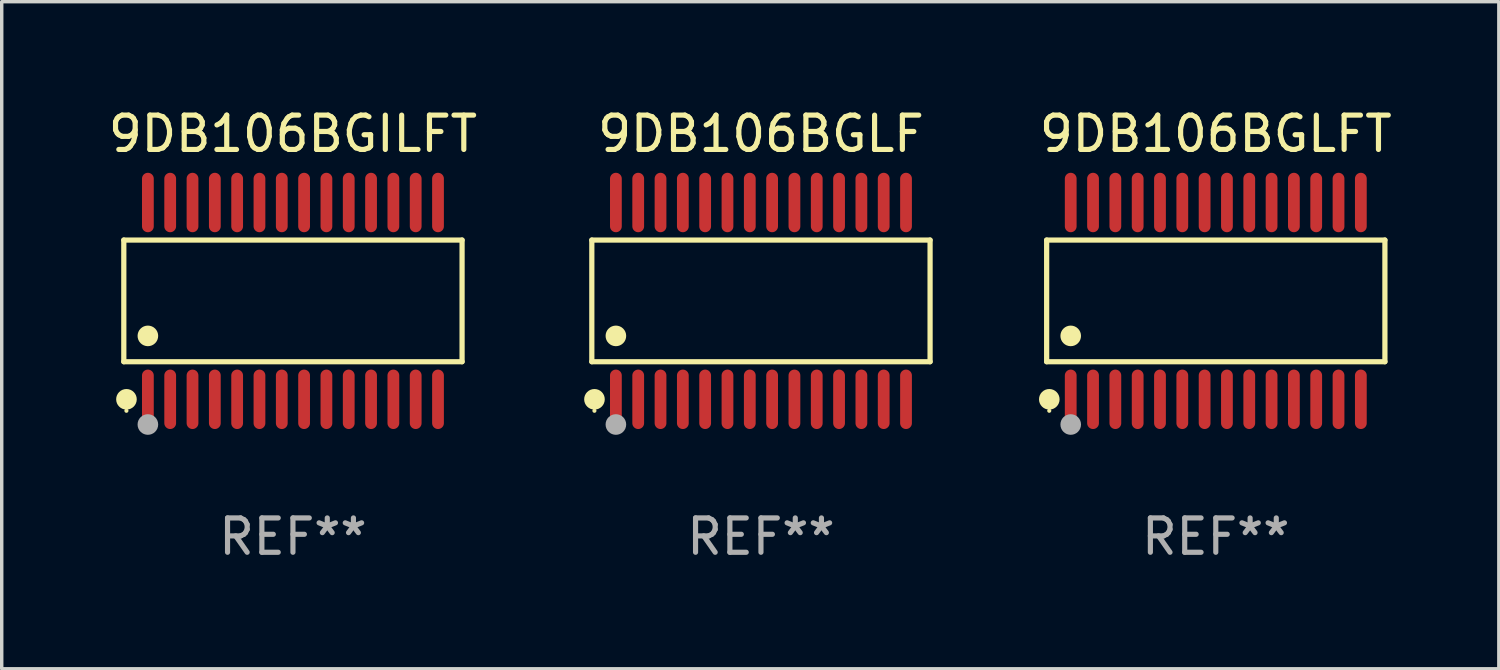
<source format=kicad_pcb>
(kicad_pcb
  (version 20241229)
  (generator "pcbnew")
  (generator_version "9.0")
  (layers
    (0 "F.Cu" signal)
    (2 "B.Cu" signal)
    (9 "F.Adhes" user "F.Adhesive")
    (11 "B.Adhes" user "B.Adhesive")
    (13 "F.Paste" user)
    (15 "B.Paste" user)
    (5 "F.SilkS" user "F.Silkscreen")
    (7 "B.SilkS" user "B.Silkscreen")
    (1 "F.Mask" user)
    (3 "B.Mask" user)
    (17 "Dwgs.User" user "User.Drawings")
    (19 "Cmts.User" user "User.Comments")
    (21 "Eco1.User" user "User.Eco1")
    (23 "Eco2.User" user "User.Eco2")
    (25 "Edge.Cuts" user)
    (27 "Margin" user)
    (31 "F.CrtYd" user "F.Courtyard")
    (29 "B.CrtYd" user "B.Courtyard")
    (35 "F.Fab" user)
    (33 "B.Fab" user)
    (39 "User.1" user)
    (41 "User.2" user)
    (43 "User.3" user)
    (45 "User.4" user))
  (footprint "9DB106BGLF"
    (layer "F.Cu")
    (at 19.113 5.714)
    (property "Reference" "9DB106BGLF" (at 0 -4.866 0) (layer "F.SilkS") (effects (font (size 1 1) (thickness 0.15))))
    (attr through_hole)
    (fp_line (start -4.926 -1.772) (end 4.926 -1.772) (stroke (width 0.152) (type solid)) (layer "F.SilkS"))
    (fp_line (start -4.926 1.771) (end -4.926 -1.772) (stroke (width 0.152) (type solid)) (layer "F.SilkS"))
    (fp_line (start 4.926 -1.772) (end 4.926 1.771) (stroke (width 0.152) (type solid)) (layer "F.SilkS"))
    (fp_line (start 4.926 1.771) (end -4.926 1.771) (stroke (width 0.152) (type solid)) (layer "F.SilkS"))
    (fp_circle (center -4.85 3.2) (end -4.82 3.2) (stroke (width 0.06) (type solid)) (fill no) (layer "F.SilkS"))
    (fp_circle (center -4.849 2.866) (end -4.699 2.866) (stroke (width 0.3) (type solid)) (fill no) (layer "F.SilkS"))
    (fp_circle (center -4.225 1.019) (end -4.075 1.019) (stroke (width 0.3) (type solid)) (fill no) (layer "F.SilkS"))
    (fp_circle (center -4.225 3.6) (end -4.075 3.6) (stroke (width 0.3) (type solid)) (fill no) (layer "F.Fab"))
    (fp_text user "REF**" (at 0 6.866 0) (layer "F.Fab") (effects (font (size 1 1) (thickness 0.15))))
    (pad "1" smd oval (at -4.225 2.866) (size 0.343 1.731) (layers "F.Cu" "F.Mask" "F.Paste"))
    (pad "2" smd oval (at -3.575 2.866) (size 0.343 1.731) (layers "F.Cu" "F.Mask" "F.Paste"))
    (pad "3" smd oval (at -2.925 2.866) (size 0.343 1.731) (layers "F.Cu" "F.Mask" "F.Paste"))
    (pad "4" smd oval (at -2.275 2.866) (size 0.343 1.731) (layers "F.Cu" "F.Mask" "F.Paste"))
    (pad "5" smd oval (at -1.625 2.866) (size 0.343 1.731) (layers "F.Cu" "F.Mask" "F.Paste"))
    (pad "6" smd oval (at -0.975 2.866) (size 0.343 1.731) (layers "F.Cu" "F.Mask" "F.Paste"))
    (pad "7" smd oval (at -0.325 2.866) (size 0.343 1.731) (layers "F.Cu" "F.Mask" "F.Paste"))
    (pad "8" smd oval (at 0.325 2.866) (size 0.343 1.731) (layers "F.Cu" "F.Mask" "F.Paste"))
    (pad "9" smd oval (at 0.975 2.866) (size 0.343 1.731) (layers "F.Cu" "F.Mask" "F.Paste"))
    (pad "10" smd oval (at 1.625 2.866) (size 0.343 1.731) (layers "F.Cu" "F.Mask" "F.Paste"))
    (pad "11" smd oval (at 2.275 2.866) (size 0.343 1.731) (layers "F.Cu" "F.Mask" "F.Paste"))
    (pad "12" smd oval (at 2.925 2.866) (size 0.343 1.731) (layers "F.Cu" "F.Mask" "F.Paste"))
    (pad "13" smd oval (at 3.575 2.866) (size 0.343 1.731) (layers "F.Cu" "F.Mask" "F.Paste"))
    (pad "14" smd oval (at 4.225 2.866) (size 0.343 1.731) (layers "F.Cu" "F.Mask" "F.Paste"))
    (pad "15" smd oval (at 4.225 -2.866) (size 0.343 1.731) (layers "F.Cu" "F.Mask" "F.Paste"))
    (pad "16" smd oval (at 3.575 -2.866) (size 0.343 1.731) (layers "F.Cu" "F.Mask" "F.Paste"))
    (pad "17" smd oval (at 2.925 -2.866) (size 0.343 1.731) (layers "F.Cu" "F.Mask" "F.Paste"))
    (pad "18" smd oval (at 2.275 -2.866) (size 0.343 1.731) (layers "F.Cu" "F.Mask" "F.Paste"))
    (pad "19" smd oval (at 1.625 -2.866) (size 0.343 1.731) (layers "F.Cu" "F.Mask" "F.Paste"))
    (pad "20" smd oval (at 0.975 -2.866) (size 0.343 1.731) (layers "F.Cu" "F.Mask" "F.Paste"))
    (pad "21" smd oval (at 0.325 -2.866) (size 0.343 1.731) (layers "F.Cu" "F.Mask" "F.Paste"))
    (pad "22" smd oval (at -0.325 -2.866) (size 0.343 1.731) (layers "F.Cu" "F.Mask" "F.Paste"))
    (pad "23" smd oval (at -0.975 -2.866) (size 0.343 1.731) (layers "F.Cu" "F.Mask" "F.Paste"))
    (pad "24" smd oval (at -1.625 -2.866) (size 0.343 1.731) (layers "F.Cu" "F.Mask" "F.Paste"))
    (pad "25" smd oval (at -2.275 -2.866) (size 0.343 1.731) (layers "F.Cu" "F.Mask" "F.Paste"))
    (pad "26" smd oval (at -2.925 -2.866) (size 0.343 1.731) (layers "F.Cu" "F.Mask" "F.Paste"))
    (pad "27" smd oval (at -3.575 -2.866) (size 0.343 1.731) (layers "F.Cu" "F.Mask" "F.Paste"))
    (pad "28" smd oval (at -4.225 -2.866) (size 0.343 1.731) (layers "F.Cu" "F.Mask" "F.Paste")))
  (footprint "9DB106BGLFT"
    (layer "F.Cu")
    (at 32.36 5.714)
    (property "Reference" "9DB106BGLFT" (at 0 -4.866 0) (layer "F.SilkS") (effects (font (size 1 1) (thickness 0.15))))
    (attr through_hole)
    (fp_line (start -4.926 -1.772) (end 4.926 -1.772) (stroke (width 0.152) (type solid)) (layer "F.SilkS"))
    (fp_line (start -4.926 1.771) (end -4.926 -1.772) (stroke (width 0.152) (type solid)) (layer "F.SilkS"))
    (fp_line (start 4.926 -1.772) (end 4.926 1.771) (stroke (width 0.152) (type solid)) (layer "F.SilkS"))
    (fp_line (start 4.926 1.771) (end -4.926 1.771) (stroke (width 0.152) (type solid)) (layer "F.SilkS"))
    (fp_circle (center -4.85 3.2) (end -4.82 3.2) (stroke (width 0.06) (type solid)) (fill no) (layer "F.SilkS"))
    (fp_circle (center -4.849 2.866) (end -4.699 2.866) (stroke (width 0.3) (type solid)) (fill no) (layer "F.SilkS"))
    (fp_circle (center -4.225 1.019) (end -4.075 1.019) (stroke (width 0.3) (type solid)) (fill no) (layer "F.SilkS"))
    (fp_circle (center -4.225 3.6) (end -4.075 3.6) (stroke (width 0.3) (type solid)) (fill no) (layer "F.Fab"))
    (fp_text user "REF**" (at 0 6.866 0) (layer "F.Fab") (effects (font (size 1 1) (thickness 0.15))))
    (pad "1" smd oval (at -4.225 2.866) (size 0.343 1.731) (layers "F.Cu" "F.Mask" "F.Paste"))
    (pad "2" smd oval (at -3.575 2.866) (size 0.343 1.731) (layers "F.Cu" "F.Mask" "F.Paste"))
    (pad "3" smd oval (at -2.925 2.866) (size 0.343 1.731) (layers "F.Cu" "F.Mask" "F.Paste"))
    (pad "4" smd oval (at -2.275 2.866) (size 0.343 1.731) (layers "F.Cu" "F.Mask" "F.Paste"))
    (pad "5" smd oval (at -1.625 2.866) (size 0.343 1.731) (layers "F.Cu" "F.Mask" "F.Paste"))
    (pad "6" smd oval (at -0.975 2.866) (size 0.343 1.731) (layers "F.Cu" "F.Mask" "F.Paste"))
    (pad "7" smd oval (at -0.325 2.866) (size 0.343 1.731) (layers "F.Cu" "F.Mask" "F.Paste"))
    (pad "8" smd oval (at 0.325 2.866) (size 0.343 1.731) (layers "F.Cu" "F.Mask" "F.Paste"))
    (pad "9" smd oval (at 0.975 2.866) (size 0.343 1.731) (layers "F.Cu" "F.Mask" "F.Paste"))
    (pad "10" smd oval (at 1.625 2.866) (size 0.343 1.731) (layers "F.Cu" "F.Mask" "F.Paste"))
    (pad "11" smd oval (at 2.275 2.866) (size 0.343 1.731) (layers "F.Cu" "F.Mask" "F.Paste"))
    (pad "12" smd oval (at 2.925 2.866) (size 0.343 1.731) (layers "F.Cu" "F.Mask" "F.Paste"))
    (pad "13" smd oval (at 3.575 2.866) (size 0.343 1.731) (layers "F.Cu" "F.Mask" "F.Paste"))
    (pad "14" smd oval (at 4.225 2.866) (size 0.343 1.731) (layers "F.Cu" "F.Mask" "F.Paste"))
    (pad "15" smd oval (at 4.225 -2.866) (size 0.343 1.731) (layers "F.Cu" "F.Mask" "F.Paste"))
    (pad "16" smd oval (at 3.575 -2.866) (size 0.343 1.731) (layers "F.Cu" "F.Mask" "F.Paste"))
    (pad "17" smd oval (at 2.925 -2.866) (size 0.343 1.731) (layers "F.Cu" "F.Mask" "F.Paste"))
    (pad "18" smd oval (at 2.275 -2.866) (size 0.343 1.731) (layers "F.Cu" "F.Mask" "F.Paste"))
    (pad "19" smd oval (at 1.625 -2.866) (size 0.343 1.731) (layers "F.Cu" "F.Mask" "F.Paste"))
    (pad "20" smd oval (at 0.975 -2.866) (size 0.343 1.731) (layers "F.Cu" "F.Mask" "F.Paste"))
    (pad "21" smd oval (at 0.325 -2.866) (size 0.343 1.731) (layers "F.Cu" "F.Mask" "F.Paste"))
    (pad "22" smd oval (at -0.325 -2.866) (size 0.343 1.731) (layers "F.Cu" "F.Mask" "F.Paste"))
    (pad "23" smd oval (at -0.975 -2.866) (size 0.343 1.731) (layers "F.Cu" "F.Mask" "F.Paste"))
    (pad "24" smd oval (at -1.625 -2.866) (size 0.343 1.731) (layers "F.Cu" "F.Mask" "F.Paste"))
    (pad "25" smd oval (at -2.275 -2.866) (size 0.343 1.731) (layers "F.Cu" "F.Mask" "F.Paste"))
    (pad "26" smd oval (at -2.925 -2.866) (size 0.343 1.731) (layers "F.Cu" "F.Mask" "F.Paste"))
    (pad "27" smd oval (at -3.575 -2.866) (size 0.343 1.731) (layers "F.Cu" "F.Mask" "F.Paste"))
    (pad "28" smd oval (at -4.225 -2.866) (size 0.343 1.731) (layers "F.Cu" "F.Mask" "F.Paste")))
  (footprint "9DB106BGILFT"
    (layer "F.Cu")
    (at 5.482 5.714)
    (property "Reference" "9DB106BGILFT" (at 0 -4.866 0) (layer "F.SilkS") (effects (font (size 1 1) (thickness 0.15))))
    (attr through_hole)
    (fp_line (start -4.926 -1.772) (end 4.926 -1.772) (stroke (width 0.152) (type solid)) (layer "F.SilkS"))
    (fp_line (start -4.926 1.771) (end -4.926 -1.772) (stroke (width 0.152) (type solid)) (layer "F.SilkS"))
    (fp_line (start 4.926 -1.772) (end 4.926 1.771) (stroke (width 0.152) (type solid)) (layer "F.SilkS"))
    (fp_line (start 4.926 1.771) (end -4.926 1.771) (stroke (width 0.152) (type solid)) (layer "F.SilkS"))
    (fp_circle (center -4.85 3.2) (end -4.82 3.2) (stroke (width 0.06) (type solid)) (fill no) (layer "F.SilkS"))
    (fp_circle (center -4.849 2.866) (end -4.699 2.866) (stroke (width 0.3) (type solid)) (fill no) (layer "F.SilkS"))
    (fp_circle (center -4.225 1.019) (end -4.075 1.019) (stroke (width 0.3) (type solid)) (fill no) (layer "F.SilkS"))
    (fp_circle (center -4.225 3.6) (end -4.075 3.6) (stroke (width 0.3) (type solid)) (fill no) (layer "F.Fab"))
    (fp_text user "REF**" (at 0 6.866 0) (layer "F.Fab") (effects (font (size 1 1) (thickness 0.15))))
    (pad "1" smd oval (at -4.225 2.866) (size 0.343 1.731) (layers "F.Cu" "F.Mask" "F.Paste"))
    (pad "2" smd oval (at -3.575 2.866) (size 0.343 1.731) (layers "F.Cu" "F.Mask" "F.Paste"))
    (pad "3" smd oval (at -2.925 2.866) (size 0.343 1.731) (layers "F.Cu" "F.Mask" "F.Paste"))
    (pad "4" smd oval (at -2.275 2.866) (size 0.343 1.731) (layers "F.Cu" "F.Mask" "F.Paste"))
    (pad "5" smd oval (at -1.625 2.866) (size 0.343 1.731) (layers "F.Cu" "F.Mask" "F.Paste"))
    (pad "6" smd oval (at -0.975 2.866) (size 0.343 1.731) (layers "F.Cu" "F.Mask" "F.Paste"))
    (pad "7" smd oval (at -0.325 2.866) (size 0.343 1.731) (layers "F.Cu" "F.Mask" "F.Paste"))
    (pad "8" smd oval (at 0.325 2.866) (size 0.343 1.731) (layers "F.Cu" "F.Mask" "F.Paste"))
    (pad "9" smd oval (at 0.975 2.866) (size 0.343 1.731) (layers "F.Cu" "F.Mask" "F.Paste"))
    (pad "10" smd oval (at 1.625 2.866) (size 0.343 1.731) (layers "F.Cu" "F.Mask" "F.Paste"))
    (pad "11" smd oval (at 2.275 2.866) (size 0.343 1.731) (layers "F.Cu" "F.Mask" "F.Paste"))
    (pad "12" smd oval (at 2.925 2.866) (size 0.343 1.731) (layers "F.Cu" "F.Mask" "F.Paste"))
    (pad "13" smd oval (at 3.575 2.866) (size 0.343 1.731) (layers "F.Cu" "F.Mask" "F.Paste"))
    (pad "14" smd oval (at 4.225 2.866) (size 0.343 1.731) (layers "F.Cu" "F.Mask" "F.Paste"))
    (pad "15" smd oval (at 4.225 -2.866) (size 0.343 1.731) (layers "F.Cu" "F.Mask" "F.Paste"))
    (pad "16" smd oval (at 3.575 -2.866) (size 0.343 1.731) (layers "F.Cu" "F.Mask" "F.Paste"))
    (pad "17" smd oval (at 2.925 -2.866) (size 0.343 1.731) (layers "F.Cu" "F.Mask" "F.Paste"))
    (pad "18" smd oval (at 2.275 -2.866) (size 0.343 1.731) (layers "F.Cu" "F.Mask" "F.Paste"))
    (pad "19" smd oval (at 1.625 -2.866) (size 0.343 1.731) (layers "F.Cu" "F.Mask" "F.Paste"))
    (pad "20" smd oval (at 0.975 -2.866) (size 0.343 1.731) (layers "F.Cu" "F.Mask" "F.Paste"))
    (pad "21" smd oval (at 0.325 -2.866) (size 0.343 1.731) (layers "F.Cu" "F.Mask" "F.Paste"))
    (pad "22" smd oval (at -0.325 -2.866) (size 0.343 1.731) (layers "F.Cu" "F.Mask" "F.Paste"))
    (pad "23" smd oval (at -0.975 -2.866) (size 0.343 1.731) (layers "F.Cu" "F.Mask" "F.Paste"))
    (pad "24" smd oval (at -1.625 -2.866) (size 0.343 1.731) (layers "F.Cu" "F.Mask" "F.Paste"))
    (pad "25" smd oval (at -2.275 -2.866) (size 0.343 1.731) (layers "F.Cu" "F.Mask" "F.Paste"))
    (pad "26" smd oval (at -2.925 -2.866) (size 0.343 1.731) (layers "F.Cu" "F.Mask" "F.Paste"))
    (pad "27" smd oval (at -3.575 -2.866) (size 0.343 1.731) (layers "F.Cu" "F.Mask" "F.Paste"))
    (pad "28" smd oval (at -4.225 -2.866) (size 0.343 1.731) (layers "F.Cu" "F.Mask" "F.Paste")))
  (gr_rect
    (start -3 -3)
    (end 40.604 16.428)
    (stroke (width 0.1) (type default))
    (fill no)
    (layer "Edge.Cuts")))
</source>
